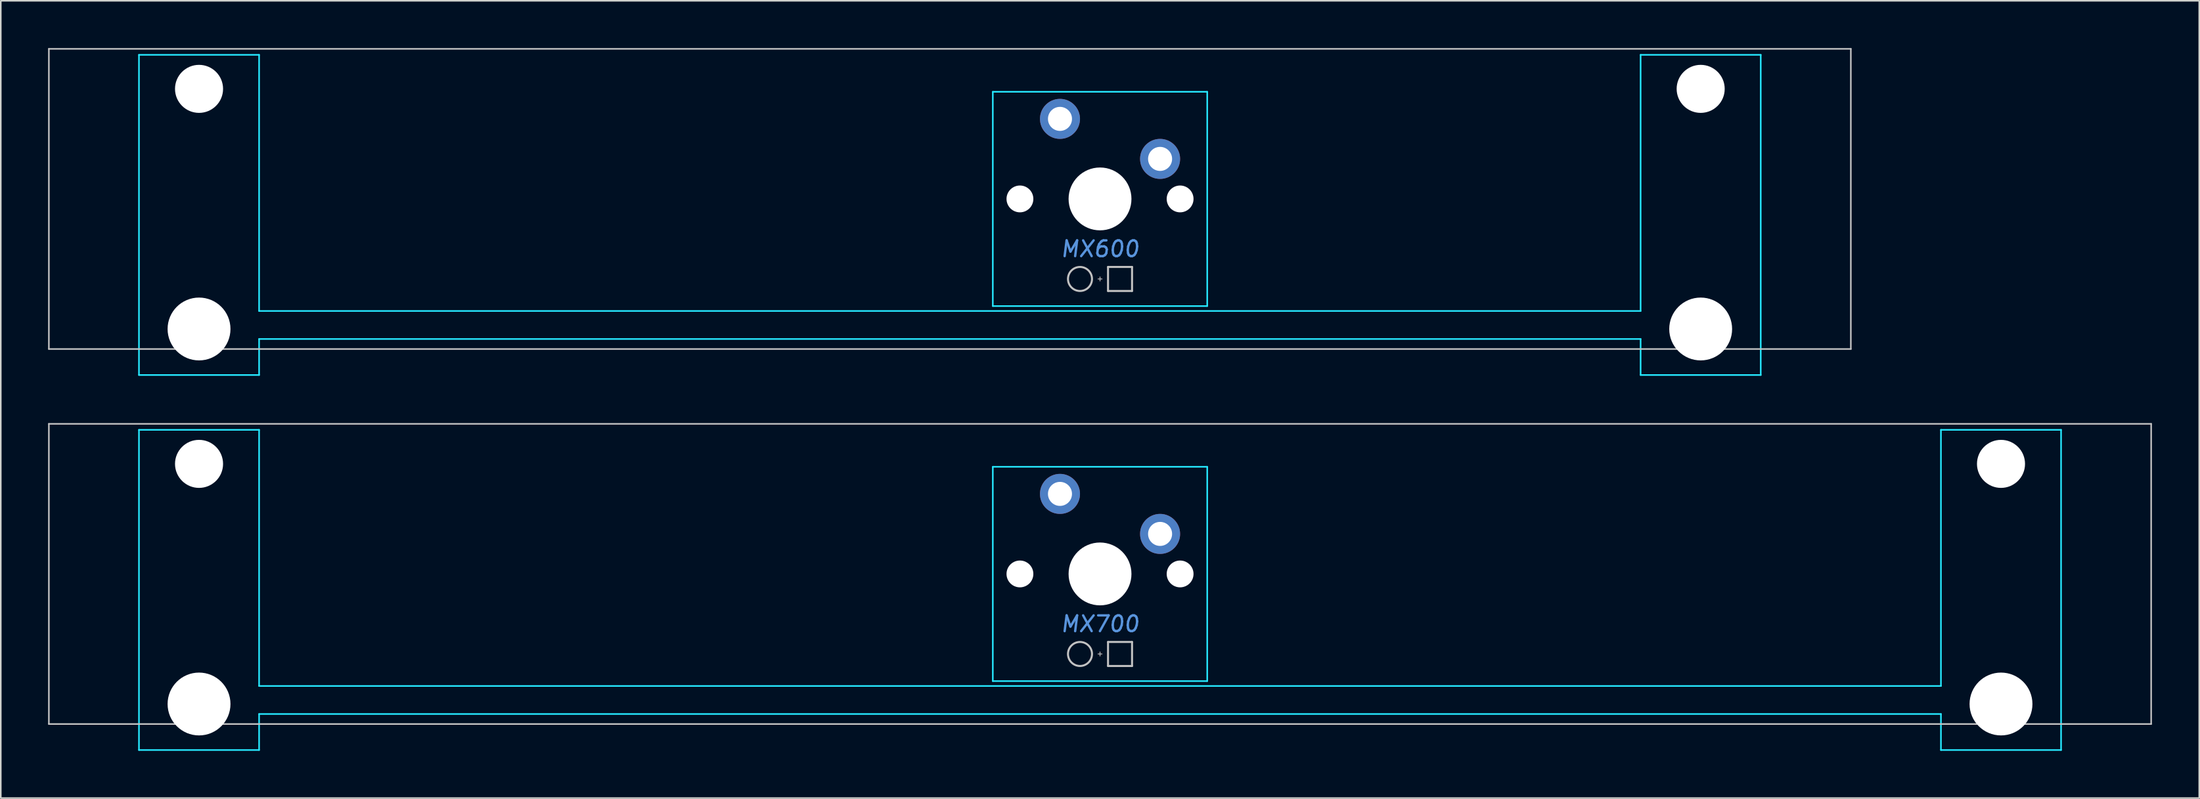
<source format=kicad_pcb>
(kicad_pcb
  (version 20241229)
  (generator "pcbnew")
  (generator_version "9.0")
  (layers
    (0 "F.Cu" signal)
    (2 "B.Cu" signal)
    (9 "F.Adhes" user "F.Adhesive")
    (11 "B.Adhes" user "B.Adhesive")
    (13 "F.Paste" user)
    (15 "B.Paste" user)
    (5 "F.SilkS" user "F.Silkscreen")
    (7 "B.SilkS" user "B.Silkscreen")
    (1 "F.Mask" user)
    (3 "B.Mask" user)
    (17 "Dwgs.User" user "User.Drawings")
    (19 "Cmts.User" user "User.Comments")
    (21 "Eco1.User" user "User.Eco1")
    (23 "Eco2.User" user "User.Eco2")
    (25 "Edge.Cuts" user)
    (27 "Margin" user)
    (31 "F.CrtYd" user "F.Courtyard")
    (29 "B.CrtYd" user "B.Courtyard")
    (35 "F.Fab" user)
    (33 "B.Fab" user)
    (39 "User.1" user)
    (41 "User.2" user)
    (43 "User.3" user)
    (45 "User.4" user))
  (footprint "MX600"
    (layer "F.Cu")
    (at 66.725 9.575)
    (property "Reference" "MX600" (at 0 3.175 0) (layer "Cmts.User") (effects (font (size 1 1) (thickness 0.15) (italic yes))))
    (attr through_hole)
    (fp_line (start -66.675 -9.525) (end -66.675 9.525) (stroke (width 0.1) (type solid)) (layer "Dwgs.User"))
    (fp_line (start -66.675 9.525) (end 47.625 9.525) (stroke (width 0.1) (type solid)) (layer "Dwgs.User"))
    (fp_line (start -0.127 5.08) (end 0.127 5.08) (stroke (width 0.051) (type solid)) (layer "Dwgs.User"))
    (fp_line (start 0 5.207) (end 0 4.953) (stroke (width 0.051) (type solid)) (layer "Dwgs.User"))
    (fp_line (start 0.508 4.318) (end 0.508 5.842) (stroke (width 0.127) (type solid)) (layer "Dwgs.User"))
    (fp_line (start 0.508 4.318) (end 2.032 4.318) (stroke (width 0.127) (type solid)) (layer "Dwgs.User"))
    (fp_line (start 0.508 5.842) (end 2.032 5.842) (stroke (width 0.127) (type solid)) (layer "Dwgs.User"))
    (fp_line (start 2.032 5.842) (end 2.032 4.318) (stroke (width 0.127) (type solid)) (layer "Dwgs.User"))
    (fp_line (start 47.625 -9.525) (end -66.675 -9.525) (stroke (width 0.1) (type solid)) (layer "Dwgs.User"))
    (fp_line (start 47.625 -9.525) (end 47.625 9.525) (stroke (width 0.1) (type solid)) (layer "Dwgs.User"))
    (fp_circle (center -1.27 5.08) (end -0.508 5.08) (stroke (width 0.127) (type solid)) (fill no) (layer "Dwgs.User"))
    (fp_line (start -60.65 -5.485) (end -60.65 8.515) (stroke (width 0.1) (type solid)) (layer "Eco1.User"))
    (fp_line (start -60.15 -5.985) (end -54.15 -5.985) (stroke (width 0.1) (type solid)) (layer "Eco1.User"))
    (fp_line (start -54.15 9.015) (end -60.15 9.015) (stroke (width 0.1) (type solid)) (layer "Eco1.User"))
    (fp_line (start -53.65 8.515) (end -53.65 -5.485) (stroke (width 0.1) (type solid)) (layer "Eco1.User"))
    (fp_line (start -7 -6.5) (end -7 6.5) (stroke (width 0.1) (type solid)) (layer "Eco1.User"))
    (fp_line (start -6.5 7) (end 6.5 7) (stroke (width 0.1) (type solid)) (layer "Eco1.User"))
    (fp_line (start 6.5 -7) (end -6.5 -7) (stroke (width 0.1) (type solid)) (layer "Eco1.User"))
    (fp_line (start 7 6.5) (end 7 -6.5) (stroke (width 0.1) (type solid)) (layer "Eco1.User"))
    (fp_line (start 34.6 -5.485) (end 34.6 8.515) (stroke (width 0.1) (type solid)) (layer "Eco1.User"))
    (fp_line (start 35.1 -5.985) (end 41.1 -5.985) (stroke (width 0.1) (type solid)) (layer "Eco1.User"))
    (fp_line (start 41.1 9.015) (end 35.1 9.015) (stroke (width 0.1) (type solid)) (layer "Eco1.User"))
    (fp_line (start 41.6 8.515) (end 41.6 -5.485) (stroke (width 0.1) (type solid)) (layer "Eco1.User"))
    (fp_arc (start -60.65 -5.485) (mid -60.503553 -5.838553) (end -60.15 -5.985) (stroke (width 0.1) (type solid)) (layer "Eco1.User"))
    (fp_arc (start -60.15 9.015) (mid -60.503553 8.868553) (end -60.65 8.515) (stroke (width 0.1) (type solid)) (layer "Eco1.User"))
    (fp_arc (start -54.15 -5.985) (mid -53.796447 -5.838553) (end -53.65 -5.485) (stroke (width 0.1) (type solid)) (layer "Eco1.User"))
    (fp_arc (start -53.65 8.515) (mid -53.796447 8.868553) (end -54.15 9.015) (stroke (width 0.1) (type solid)) (layer "Eco1.User"))
    (fp_arc (start -7 -6.5) (mid -6.853553 -6.853553) (end -6.5 -7) (stroke (width 0.1) (type solid)) (layer "Eco1.User"))
    (fp_arc (start -6.5 7) (mid -6.853553 6.853553) (end -7 6.5) (stroke (width 0.1) (type solid)) (layer "Eco1.User"))
    (fp_arc (start 6.5 -7) (mid 6.853553 -6.853553) (end 7 -6.5) (stroke (width 0.1) (type solid)) (layer "Eco1.User"))
    (fp_arc (start 7 6.5) (mid 6.853553 6.853553) (end 6.5 7) (stroke (width 0.1) (type solid)) (layer "Eco1.User"))
    (fp_arc (start 34.6 -5.485) (mid 34.746447 -5.838553) (end 35.1 -5.985) (stroke (width 0.1) (type solid)) (layer "Eco1.User"))
    (fp_arc (start 35.1 9.015) (mid 34.746447 8.868553) (end 34.6 8.515) (stroke (width 0.1) (type solid)) (layer "Eco1.User"))
    (fp_arc (start 41.1 -5.985) (mid 41.453553 -5.838553) (end 41.6 -5.485) (stroke (width 0.1) (type solid)) (layer "Eco1.User"))
    (fp_arc (start 41.6 8.515) (mid 41.453553 8.868553) (end 41.1 9.015) (stroke (width 0.1) (type solid)) (layer "Eco1.User"))
    (fp_line (start -60.96 -9.144) (end -60.96 11.176) (stroke (width 0.1) (type solid)) (layer "B.CrtYd"))
    (fp_line (start -60.96 -9.144) (end -53.34 -9.144) (stroke (width 0.1) (type solid)) (layer "B.CrtYd"))
    (fp_line (start -60.96 11.176) (end -53.34 11.176) (stroke (width 0.1) (type solid)) (layer "B.CrtYd"))
    (fp_line (start -53.34 7.112) (end -53.34 -9.144) (stroke (width 0.1) (type solid)) (layer "B.CrtYd"))
    (fp_line (start -53.34 7.112) (end 34.29 7.112) (stroke (width 0.1) (type solid)) (layer "B.CrtYd"))
    (fp_line (start -53.34 8.89) (end -53.34 11.176) (stroke (width 0.1) (type solid)) (layer "B.CrtYd"))
    (fp_line (start -53.34 8.89) (end 34.29 8.89) (stroke (width 0.1) (type solid)) (layer "B.CrtYd"))
    (fp_line (start -6.8 -6.8) (end -6.8 6.8) (stroke (width 0.1) (type solid)) (layer "B.CrtYd"))
    (fp_line (start -6.8 -6.8) (end 6.8 -6.8) (stroke (width 0.1) (type solid)) (layer "B.CrtYd"))
    (fp_line (start -6.8 6.8) (end 6.8 6.8) (stroke (width 0.1) (type solid)) (layer "B.CrtYd"))
    (fp_line (start 6.8 6.8) (end 6.8 -6.8) (stroke (width 0.1) (type solid)) (layer "B.CrtYd"))
    (fp_line (start 34.29 -9.144) (end 41.91 -9.144) (stroke (width 0.1) (type solid)) (layer "B.CrtYd"))
    (fp_line (start 34.29 7.112) (end 34.29 -9.144) (stroke (width 0.1) (type solid)) (layer "B.CrtYd"))
    (fp_line (start 34.29 8.89) (end 34.29 11.176) (stroke (width 0.1) (type solid)) (layer "B.CrtYd"))
    (fp_line (start 34.29 11.176) (end 41.91 11.176) (stroke (width 0.1) (type solid)) (layer "B.CrtYd"))
    (fp_line (start 41.91 -9.144) (end 41.91 11.176) (stroke (width 0.1) (type solid)) (layer "B.CrtYd"))
    (pad "" np_thru_hole circle (at -57.15 -6.985 180) (size 3.048 3.048) (drill 3.048) (layers "*.Cu" "*.Mask"))
    (pad "" np_thru_hole circle (at -57.15 8.255 180) (size 3.988 3.988) (drill 3.988) (layers "*.Cu" "*.Mask"))
    (pad "" np_thru_hole circle (at -5.08 0) (size 1.702 1.702) (drill 1.702) (layers "*.Cu" "*.Mask"))
    (pad "" np_thru_hole circle (at 0 0) (size 3.988 3.988) (drill 3.988) (layers "*.Cu" "*.Mask"))
    (pad "" np_thru_hole circle (at 5.08 0) (size 1.702 1.702) (drill 1.702) (layers "*.Cu" "*.Mask"))
    (pad "" np_thru_hole circle (at 38.1 -6.985 180) (size 3.048 3.048) (drill 3.048) (layers "*.Cu" "*.Mask"))
    (pad "" np_thru_hole circle (at 38.1 8.255 180) (size 3.988 3.988) (drill 3.988) (layers "*.Cu" "*.Mask"))
    (pad "1" thru_hole circle (at 3.81 -2.54) (size 2.54 2.54) (drill 1.524) (layers "*.Cu" "*.Mask"))
    (pad "2" thru_hole circle (at -2.54 -5.08) (size 2.54 2.54) (drill 1.524) (layers "*.Cu" "*.Mask")))
  (footprint "MX700"
    (layer "F.Cu")
    (at 66.725 33.376)
    (property "Reference" "MX700" (at 0 3.175 0) (layer "Cmts.User") (effects (font (size 1 1) (thickness 0.15) (italic yes))))
    (attr through_hole)
    (fp_line (start -66.675 -9.525) (end -66.675 9.525) (stroke (width 0.1) (type solid)) (layer "Dwgs.User"))
    (fp_line (start -66.675 -9.525) (end 66.675 -9.525) (stroke (width 0.1) (type solid)) (layer "Dwgs.User"))
    (fp_line (start -66.675 9.525) (end 66.675 9.525) (stroke (width 0.1) (type solid)) (layer "Dwgs.User"))
    (fp_line (start -0.127 5.08) (end 0.127 5.08) (stroke (width 0.051) (type solid)) (layer "Dwgs.User"))
    (fp_line (start 0 4.953) (end 0 5.207) (stroke (width 0.051) (type solid)) (layer "Dwgs.User"))
    (fp_line (start 0.508 4.318) (end 0.508 5.842) (stroke (width 0.127) (type solid)) (layer "Dwgs.User"))
    (fp_line (start 0.508 4.318) (end 2.032 4.318) (stroke (width 0.127) (type solid)) (layer "Dwgs.User"))
    (fp_line (start 0.508 5.842) (end 2.032 5.842) (stroke (width 0.127) (type solid)) (layer "Dwgs.User"))
    (fp_line (start 2.032 5.842) (end 2.032 4.318) (stroke (width 0.127) (type solid)) (layer "Dwgs.User"))
    (fp_line (start 66.675 -9.525) (end 66.675 9.525) (stroke (width 0.1) (type solid)) (layer "Dwgs.User"))
    (fp_circle (center -1.27 5.08) (end -0.508 5.08) (stroke (width 0.127) (type solid)) (fill no) (layer "Dwgs.User"))
    (fp_line (start -60.65 -5.485) (end -60.65 8.515) (stroke (width 0.1) (type solid)) (layer "Eco1.User"))
    (fp_line (start -60.15 -5.985) (end -54.15 -5.985) (stroke (width 0.1) (type solid)) (layer "Eco1.User"))
    (fp_line (start -54.15 9.015) (end -60.15 9.015) (stroke (width 0.1) (type solid)) (layer "Eco1.User"))
    (fp_line (start -53.65 8.515) (end -53.65 -5.485) (stroke (width 0.1) (type solid)) (layer "Eco1.User"))
    (fp_line (start -7 -6.5) (end -7 6.5) (stroke (width 0.1) (type solid)) (layer "Eco1.User"))
    (fp_line (start -6.5 7) (end 6.5 7) (stroke (width 0.1) (type solid)) (layer "Eco1.User"))
    (fp_line (start 6.5 -7) (end -6.5 -7) (stroke (width 0.1) (type solid)) (layer "Eco1.User"))
    (fp_line (start 7 6.5) (end 7 -6.5) (stroke (width 0.1) (type solid)) (layer "Eco1.User"))
    (fp_line (start 53.65 -5.485) (end 53.65 8.515) (stroke (width 0.1) (type solid)) (layer "Eco1.User"))
    (fp_line (start 54.15 -5.985) (end 60.15 -5.985) (stroke (width 0.1) (type solid)) (layer "Eco1.User"))
    (fp_line (start 60.15 9.015) (end 54.15 9.015) (stroke (width 0.1) (type solid)) (layer "Eco1.User"))
    (fp_line (start 60.65 8.515) (end 60.65 -5.485) (stroke (width 0.1) (type solid)) (layer "Eco1.User"))
    (fp_arc (start -60.65 -5.485) (mid -60.503553 -5.838553) (end -60.15 -5.985) (stroke (width 0.1) (type solid)) (layer "Eco1.User"))
    (fp_arc (start -60.15 9.015) (mid -60.503553 8.868553) (end -60.65 8.515) (stroke (width 0.1) (type solid)) (layer "Eco1.User"))
    (fp_arc (start -54.15 -5.985) (mid -53.796447 -5.838553) (end -53.65 -5.485) (stroke (width 0.1) (type solid)) (layer "Eco1.User"))
    (fp_arc (start -53.65 8.515) (mid -53.796447 8.868553) (end -54.15 9.015) (stroke (width 0.1) (type solid)) (layer "Eco1.User"))
    (fp_arc (start -7 -6.5) (mid -6.853553 -6.853553) (end -6.5 -7) (stroke (width 0.1) (type solid)) (layer "Eco1.User"))
    (fp_arc (start -6.5 7) (mid -6.853553 6.853553) (end -7 6.5) (stroke (width 0.1) (type solid)) (layer "Eco1.User"))
    (fp_arc (start 6.5 -7) (mid 6.853553 -6.853553) (end 7 -6.5) (stroke (width 0.1) (type solid)) (layer "Eco1.User"))
    (fp_arc (start 7 6.5) (mid 6.853553 6.853553) (end 6.5 7) (stroke (width 0.1) (type solid)) (layer "Eco1.User"))
    (fp_arc (start 53.65 -5.485) (mid 53.796447 -5.838553) (end 54.15 -5.985) (stroke (width 0.1) (type solid)) (layer "Eco1.User"))
    (fp_arc (start 54.15 9.015) (mid 53.796447 8.868553) (end 53.65 8.515) (stroke (width 0.1) (type solid)) (layer "Eco1.User"))
    (fp_arc (start 60.15 -5.985) (mid 60.503553 -5.838553) (end 60.65 -5.485) (stroke (width 0.1) (type solid)) (layer "Eco1.User"))
    (fp_arc (start 60.65 8.515) (mid 60.503553 8.868553) (end 60.15 9.015) (stroke (width 0.1) (type solid)) (layer "Eco1.User"))
    (fp_line (start -60.96 -9.144) (end -60.96 11.176) (stroke (width 0.1) (type solid)) (layer "B.CrtYd"))
    (fp_line (start -60.96 -9.144) (end -53.34 -9.144) (stroke (width 0.1) (type solid)) (layer "B.CrtYd"))
    (fp_line (start -60.96 11.176) (end -53.34 11.176) (stroke (width 0.1) (type solid)) (layer "B.CrtYd"))
    (fp_line (start -53.34 7.112) (end -53.34 -9.144) (stroke (width 0.1) (type solid)) (layer "B.CrtYd"))
    (fp_line (start -53.34 7.112) (end 53.34 7.112) (stroke (width 0.1) (type solid)) (layer "B.CrtYd"))
    (fp_line (start -53.34 8.89) (end -53.34 11.176) (stroke (width 0.1) (type solid)) (layer "B.CrtYd"))
    (fp_line (start -53.34 8.89) (end 53.34 8.89) (stroke (width 0.1) (type solid)) (layer "B.CrtYd"))
    (fp_line (start -6.8 -6.8) (end -6.8 6.8) (stroke (width 0.1) (type solid)) (layer "B.CrtYd"))
    (fp_line (start -6.8 -6.8) (end 6.8 -6.8) (stroke (width 0.1) (type solid)) (layer "B.CrtYd"))
    (fp_line (start -6.8 6.8) (end 6.8 6.8) (stroke (width 0.1) (type solid)) (layer "B.CrtYd"))
    (fp_line (start 6.8 6.8) (end 6.8 -6.8) (stroke (width 0.1) (type solid)) (layer "B.CrtYd"))
    (fp_line (start 53.34 -9.144) (end 60.96 -9.144) (stroke (width 0.1) (type solid)) (layer "B.CrtYd"))
    (fp_line (start 53.34 7.112) (end 53.34 -9.144) (stroke (width 0.1) (type solid)) (layer "B.CrtYd"))
    (fp_line (start 53.34 8.89) (end 53.34 11.176) (stroke (width 0.1) (type solid)) (layer "B.CrtYd"))
    (fp_line (start 53.34 11.176) (end 60.96 11.176) (stroke (width 0.1) (type solid)) (layer "B.CrtYd"))
    (fp_line (start 60.96 -9.144) (end 60.96 11.176) (stroke (width 0.1) (type solid)) (layer "B.CrtYd"))
    (pad "" np_thru_hole circle (at -57.15 -6.985 180) (size 3.048 3.048) (drill 3.048) (layers "*.Cu" "*.Mask"))
    (pad "" np_thru_hole circle (at -57.15 8.255 180) (size 3.988 3.988) (drill 3.988) (layers "*.Cu" "*.Mask"))
    (pad "" np_thru_hole circle (at -5.08 0) (size 1.702 1.702) (drill 1.702) (layers "*.Cu" "*.Mask"))
    (pad "" np_thru_hole circle (at 0 0) (size 3.988 3.988) (drill 3.988) (layers "*.Cu" "*.Mask"))
    (pad "" np_thru_hole circle (at 5.08 0) (size 1.702 1.702) (drill 1.702) (layers "*.Cu" "*.Mask"))
    (pad "" np_thru_hole circle (at 57.15 -6.985 180) (size 3.048 3.048) (drill 3.048) (layers "*.Cu" "*.Mask"))
    (pad "" np_thru_hole circle (at 57.15 8.255 180) (size 3.988 3.988) (drill 3.988) (layers "*.Cu" "*.Mask"))
    (pad "1" thru_hole circle (at 3.81 -2.54) (size 2.54 2.54) (drill 1.524) (layers "*.Cu" "*.Mask"))
    (pad "2" thru_hole circle (at -2.54 -5.08) (size 2.54 2.54) (drill 1.524) (layers "*.Cu" "*.Mask")))
  (gr_rect
    (start -3 -3)
    (end 136.45 47.602)
    (stroke (width 0.1) (type default))
    (fill no)
    (layer "Edge.Cuts")))
</source>
